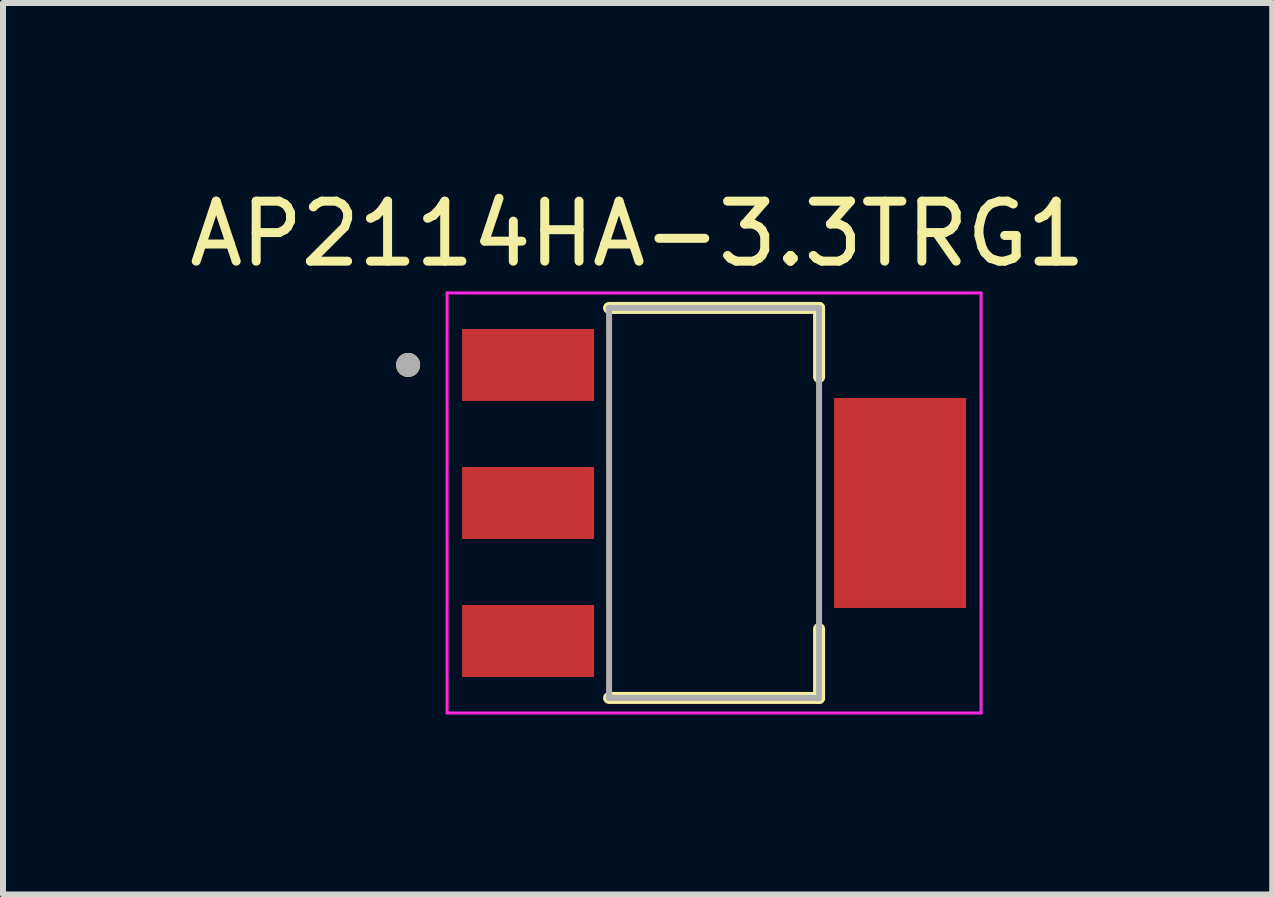
<source format=kicad_pcb>
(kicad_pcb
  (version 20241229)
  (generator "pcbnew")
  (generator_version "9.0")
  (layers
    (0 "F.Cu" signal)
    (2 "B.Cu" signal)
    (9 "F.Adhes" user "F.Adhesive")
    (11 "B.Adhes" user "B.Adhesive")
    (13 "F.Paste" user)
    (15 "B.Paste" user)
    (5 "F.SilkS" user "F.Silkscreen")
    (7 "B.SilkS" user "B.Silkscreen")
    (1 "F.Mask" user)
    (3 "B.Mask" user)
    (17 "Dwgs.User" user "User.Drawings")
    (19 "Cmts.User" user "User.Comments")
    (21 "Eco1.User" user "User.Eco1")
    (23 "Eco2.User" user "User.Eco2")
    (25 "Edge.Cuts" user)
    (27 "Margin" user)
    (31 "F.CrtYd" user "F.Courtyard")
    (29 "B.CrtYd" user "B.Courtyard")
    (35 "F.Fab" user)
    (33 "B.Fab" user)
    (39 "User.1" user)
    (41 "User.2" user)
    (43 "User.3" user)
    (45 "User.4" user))
  (footprint "AP2114HA-3.3TRG1"
    (layer "F.Cu")
    (at 8.852 5.333)
    (property "Reference" "AP2114HA-3.3TRG1" (at -1.275 -4.485 0) (layer "F.SilkS") (effects (font (size 1 1) (thickness 0.15))))
    (attr smd)
    (fp_line (start -1.75 -3.25) (end 1.75 -3.25) (stroke (width 0.2) (type solid)) (layer "F.SilkS"))
    (fp_line (start 1.75 -3.25) (end 1.75 -2.1) (stroke (width 0.2) (type solid)) (layer "F.SilkS"))
    (fp_line (start 1.75 2.1) (end 1.75 3.25) (stroke (width 0.2) (type solid)) (layer "F.SilkS"))
    (fp_line (start 1.75 3.25) (end -1.75 3.25) (stroke (width 0.2) (type solid)) (layer "F.SilkS"))
    (fp_circle (center -5.1 -2.3) (end -5 -2.3) (stroke (width 0.2) (type solid)) (fill no) (layer "F.SilkS"))
    (fp_line (start -4.45 -3.5) (end -4.45 3.5) (stroke (width 0.05) (type solid)) (layer "F.CrtYd"))
    (fp_line (start -4.45 3.5) (end 4.45 3.5) (stroke (width 0.05) (type solid)) (layer "F.CrtYd"))
    (fp_line (start 4.45 -3.5) (end -4.45 -3.5) (stroke (width 0.05) (type solid)) (layer "F.CrtYd"))
    (fp_line (start 4.45 3.5) (end 4.45 -3.5) (stroke (width 0.05) (type solid)) (layer "F.CrtYd"))
    (fp_line (start -1.75 -3.25) (end 1.75 -3.25) (stroke (width 0.1) (type solid)) (layer "F.Fab"))
    (fp_line (start -1.75 3.25) (end -1.75 -3.25) (stroke (width 0.1) (type solid)) (layer "F.Fab"))
    (fp_line (start 1.75 -3.25) (end 1.75 3.25) (stroke (width 0.1) (type solid)) (layer "F.Fab"))
    (fp_line (start 1.75 3.25) (end -1.75 3.25) (stroke (width 0.1) (type solid)) (layer "F.Fab"))
    (fp_circle (center -5.1 -2.3) (end -5 -2.3) (stroke (width 0.2) (type solid)) (fill no) (layer "F.Fab"))
    (pad "1" smd rect (at -3.1 -2.3) (size 2.2 1.2) (layers "F.Cu" "F.Mask" "F.Paste"))
    (pad "2" smd rect (at -3.1 0) (size 2.2 1.2) (layers "F.Cu" "F.Mask" "F.Paste"))
    (pad "3" smd rect (at -3.1 2.3) (size 2.2 1.2) (layers "F.Cu" "F.Mask" "F.Paste"))
    (pad "4" smd rect (at 3.1 0) (size 2.2 3.5) (layers "F.Cu" "F.Mask" "F.Paste")))
  (gr_rect
    (start -3 -3)
    (end 18.155 11.858)
    (stroke (width 0.1) (type default))
    (fill no)
    (layer "Edge.Cuts")))
</source>
